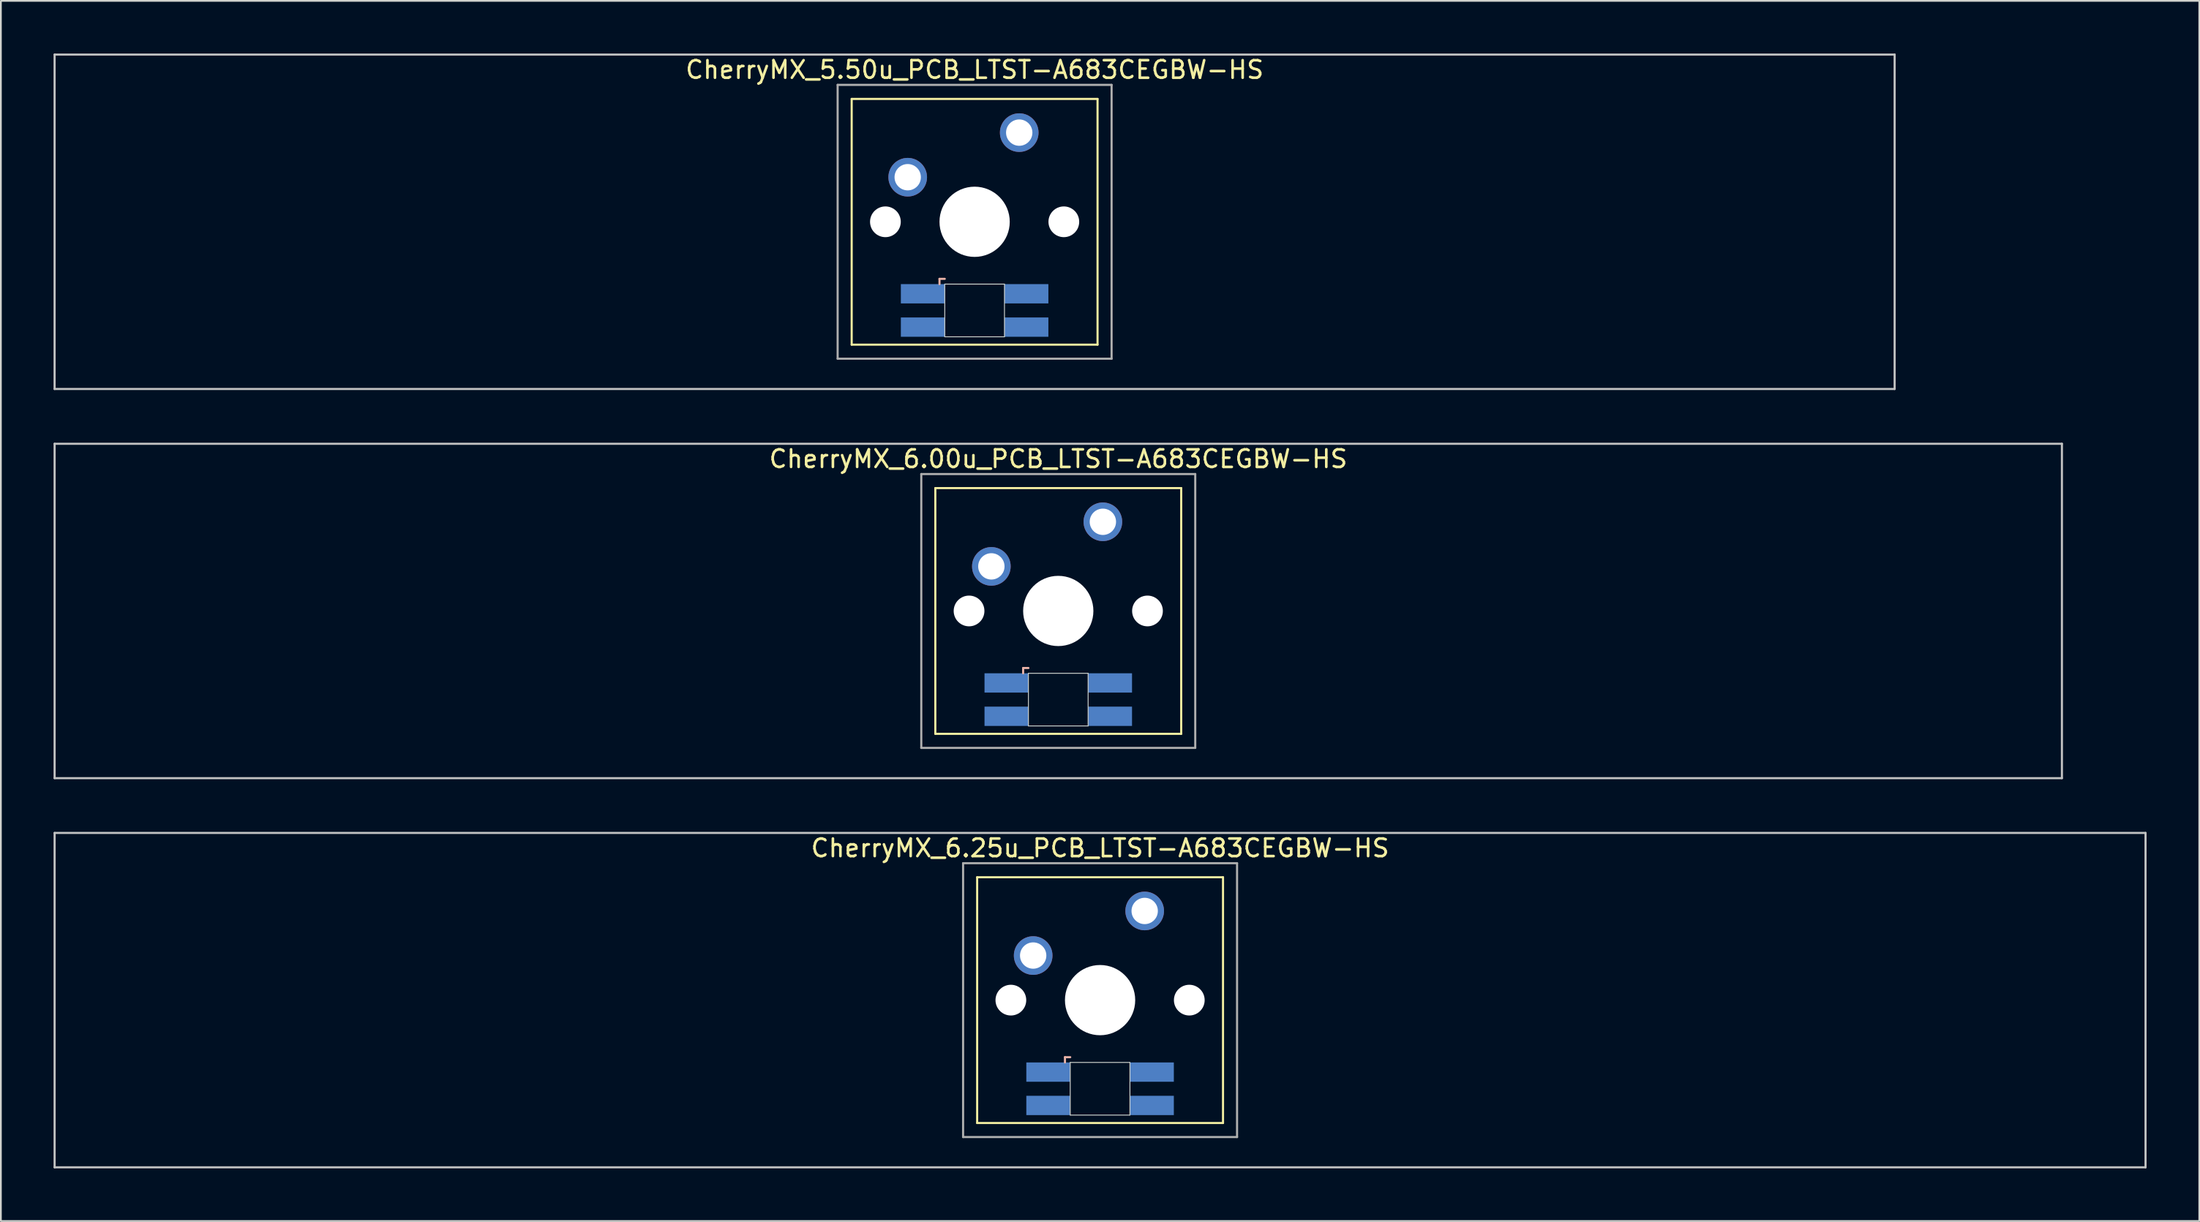
<source format=kicad_pcb>
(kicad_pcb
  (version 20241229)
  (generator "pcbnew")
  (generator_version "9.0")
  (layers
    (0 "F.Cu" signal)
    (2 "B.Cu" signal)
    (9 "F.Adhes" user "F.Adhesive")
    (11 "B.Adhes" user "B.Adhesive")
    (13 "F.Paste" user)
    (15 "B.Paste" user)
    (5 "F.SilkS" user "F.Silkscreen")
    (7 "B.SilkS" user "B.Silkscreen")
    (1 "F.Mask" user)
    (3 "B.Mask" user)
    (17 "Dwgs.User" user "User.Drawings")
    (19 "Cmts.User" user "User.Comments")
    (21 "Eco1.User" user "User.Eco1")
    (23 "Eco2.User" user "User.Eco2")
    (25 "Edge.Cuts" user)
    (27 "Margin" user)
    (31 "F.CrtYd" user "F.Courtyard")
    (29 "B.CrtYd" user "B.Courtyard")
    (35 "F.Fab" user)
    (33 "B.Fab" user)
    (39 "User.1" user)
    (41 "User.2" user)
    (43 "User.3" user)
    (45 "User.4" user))
  (footprint "CherryMX_5.50u_PCB_LTST-A683CEGBW-HS"
    (layer "F.Cu")
    (at 52.447 9.585)
    (property "Reference" "CherryMX_5.50u_PCB_LTST-A683CEGBW-HS" (at 0 -8.662 0) (layer "F.SilkS") (effects (font (size 1 1) (thickness 0.15))))
    (attr through_hole)
    (fp_line (start -7 -7) (end -7 7) (stroke (width 0.12) (type solid)) (layer "F.SilkS"))
    (fp_line (start -7 -7) (end 7 -7) (stroke (width 0.12) (type solid)) (layer "F.SilkS"))
    (fp_line (start 7 -7) (end 7 7) (stroke (width 0.12) (type solid)) (layer "F.SilkS"))
    (fp_line (start 7 7) (end -7 7) (stroke (width 0.12) (type solid)) (layer "F.SilkS"))
    (fp_line (start -2 3.25) (end -2 3.55) (stroke (width 0.12) (type solid)) (layer "B.SilkS"))
    (fp_line (start -1.7 3.25) (end -2 3.25) (stroke (width 0.12) (type solid)) (layer "B.SilkS"))
    (fp_line (start -52.388 -9.525) (end 52.388 -9.525) (stroke (width 0.12) (type solid)) (layer "Dwgs.User"))
    (fp_line (start -52.388 9.525) (end -52.388 -9.525) (stroke (width 0.12) (type solid)) (layer "Dwgs.User"))
    (fp_line (start 52.388 -9.525) (end 52.388 9.525) (stroke (width 0.12) (type solid)) (layer "Dwgs.User"))
    (fp_line (start 52.388 9.525) (end -52.388 9.525) (stroke (width 0.12) (type solid)) (layer "Dwgs.User"))
    (fp_line (start -1.7 3.55) (end 1.7 3.55) (stroke (width 0.05) (type solid)) (layer "Edge.Cuts"))
    (fp_line (start -1.7 6.55) (end -1.7 3.55) (stroke (width 0.05) (type solid)) (layer "Edge.Cuts"))
    (fp_line (start 1.7 3.55) (end 1.7 6.55) (stroke (width 0.05) (type solid)) (layer "Edge.Cuts"))
    (fp_line (start 1.7 6.55) (end -1.7 6.55) (stroke (width 0.05) (type solid)) (layer "Edge.Cuts"))
    (fp_line (start -7.8 -7.8) (end -7.8 7.8) (stroke (width 0.12) (type solid)) (layer "F.Fab"))
    (fp_line (start -7.8 -7.8) (end 7.8 -7.8) (stroke (width 0.12) (type solid)) (layer "F.Fab"))
    (fp_line (start -7.8 7.8) (end 7.8 7.8) (stroke (width 0.12) (type solid)) (layer "F.Fab"))
    (fp_line (start 7.8 -7.8) (end 7.8 7.8) (stroke (width 0.12) (type solid)) (layer "F.Fab"))
    (pad "" np_thru_hole circle (at -5.08 0) (size 1.75 1.75) (drill 1.75) (layers "*.Cu" "*.Mask"))
    (pad "" np_thru_hole circle (at 0 0) (size 4 4) (drill 4) (layers "*.Cu" "*.Mask"))
    (pad "" np_thru_hole circle (at 5.08 0) (size 1.75 1.75) (drill 1.75) (layers "*.Cu" "*.Mask"))
    (pad "1" thru_hole circle (at -3.81 -2.54) (size 2.2 2.2) (drill 1.5) (layers "*.Cu" "*.Mask"))
    (pad "2" thru_hole circle (at 2.54 -5.08) (size 2.2 2.2) (drill 1.5) (layers "*.Cu" "*.Mask"))
    (pad "3" smd rect (at -2.95 4.1) (size 2.5 1.1) (layers "B.Cu" "B.Mask" "B.Paste"))
    (pad "4" smd rect (at -2.95 6) (size 2.5 1.1) (layers "B.Cu" "B.Mask" "B.Paste"))
    (pad "5" smd rect (at 2.95 4.1) (size 2.5 1.1) (layers "B.Cu" "B.Mask" "B.Paste"))
    (pad "6" smd rect (at 2.95 6) (size 2.5 1.1) (layers "B.Cu" "B.Mask" "B.Paste")))
  (footprint "CherryMX_6.00u_PCB_LTST-A683CEGBW-HS"
    (layer "F.Cu")
    (at 57.21 31.755)
    (property "Reference" "CherryMX_6.00u_PCB_LTST-A683CEGBW-HS" (at 0 -8.662 0) (layer "F.SilkS") (effects (font (size 1 1) (thickness 0.15))))
    (attr through_hole)
    (fp_line (start -7 -7) (end -7 7) (stroke (width 0.12) (type solid)) (layer "F.SilkS"))
    (fp_line (start -7 -7) (end 7 -7) (stroke (width 0.12) (type solid)) (layer "F.SilkS"))
    (fp_line (start 7 -7) (end 7 7) (stroke (width 0.12) (type solid)) (layer "F.SilkS"))
    (fp_line (start 7 7) (end -7 7) (stroke (width 0.12) (type solid)) (layer "F.SilkS"))
    (fp_line (start -2 3.25) (end -2 3.55) (stroke (width 0.12) (type solid)) (layer "B.SilkS"))
    (fp_line (start -1.7 3.25) (end -2 3.25) (stroke (width 0.12) (type solid)) (layer "B.SilkS"))
    (fp_line (start -57.15 -9.525) (end 57.15 -9.525) (stroke (width 0.12) (type solid)) (layer "Dwgs.User"))
    (fp_line (start -57.15 9.525) (end -57.15 -9.525) (stroke (width 0.12) (type solid)) (layer "Dwgs.User"))
    (fp_line (start 57.15 -9.525) (end 57.15 9.525) (stroke (width 0.12) (type solid)) (layer "Dwgs.User"))
    (fp_line (start 57.15 9.525) (end -57.15 9.525) (stroke (width 0.12) (type solid)) (layer "Dwgs.User"))
    (fp_line (start -1.7 3.55) (end 1.7 3.55) (stroke (width 0.05) (type solid)) (layer "Edge.Cuts"))
    (fp_line (start -1.7 6.55) (end -1.7 3.55) (stroke (width 0.05) (type solid)) (layer "Edge.Cuts"))
    (fp_line (start 1.7 3.55) (end 1.7 6.55) (stroke (width 0.05) (type solid)) (layer "Edge.Cuts"))
    (fp_line (start 1.7 6.55) (end -1.7 6.55) (stroke (width 0.05) (type solid)) (layer "Edge.Cuts"))
    (fp_line (start -7.8 -7.8) (end -7.8 7.8) (stroke (width 0.12) (type solid)) (layer "F.Fab"))
    (fp_line (start -7.8 -7.8) (end 7.8 -7.8) (stroke (width 0.12) (type solid)) (layer "F.Fab"))
    (fp_line (start -7.8 7.8) (end 7.8 7.8) (stroke (width 0.12) (type solid)) (layer "F.Fab"))
    (fp_line (start 7.8 -7.8) (end 7.8 7.8) (stroke (width 0.12) (type solid)) (layer "F.Fab"))
    (pad "" np_thru_hole circle (at -5.08 0) (size 1.75 1.75) (drill 1.75) (layers "*.Cu" "*.Mask"))
    (pad "" np_thru_hole circle (at 0 0) (size 4 4) (drill 4) (layers "*.Cu" "*.Mask"))
    (pad "" np_thru_hole circle (at 5.08 0) (size 1.75 1.75) (drill 1.75) (layers "*.Cu" "*.Mask"))
    (pad "1" thru_hole circle (at -3.81 -2.54) (size 2.2 2.2) (drill 1.5) (layers "*.Cu" "*.Mask"))
    (pad "2" thru_hole circle (at 2.54 -5.08) (size 2.2 2.2) (drill 1.5) (layers "*.Cu" "*.Mask"))
    (pad "3" smd rect (at -2.95 4.1) (size 2.5 1.1) (layers "B.Cu" "B.Mask" "B.Paste"))
    (pad "4" smd rect (at -2.95 6) (size 2.5 1.1) (layers "B.Cu" "B.Mask" "B.Paste"))
    (pad "5" smd rect (at 2.95 4.1) (size 2.5 1.1) (layers "B.Cu" "B.Mask" "B.Paste"))
    (pad "6" smd rect (at 2.95 6) (size 2.5 1.1) (layers "B.Cu" "B.Mask" "B.Paste")))
  (footprint "CherryMX_6.25u_PCB_LTST-A683CEGBW-HS"
    (layer "F.Cu")
    (at 59.591 53.925)
    (property "Reference" "CherryMX_6.25u_PCB_LTST-A683CEGBW-HS" (at 0 -8.662 0) (layer "F.SilkS") (effects (font (size 1 1) (thickness 0.15))))
    (attr through_hole)
    (fp_line (start -7 -7) (end -7 7) (stroke (width 0.12) (type solid)) (layer "F.SilkS"))
    (fp_line (start -7 -7) (end 7 -7) (stroke (width 0.12) (type solid)) (layer "F.SilkS"))
    (fp_line (start 7 -7) (end 7 7) (stroke (width 0.12) (type solid)) (layer "F.SilkS"))
    (fp_line (start 7 7) (end -7 7) (stroke (width 0.12) (type solid)) (layer "F.SilkS"))
    (fp_line (start -2 3.25) (end -2 3.55) (stroke (width 0.12) (type solid)) (layer "B.SilkS"))
    (fp_line (start -1.7 3.25) (end -2 3.25) (stroke (width 0.12) (type solid)) (layer "B.SilkS"))
    (fp_line (start -59.531 -9.525) (end 59.531 -9.525) (stroke (width 0.12) (type solid)) (layer "Dwgs.User"))
    (fp_line (start -59.531 9.525) (end -59.531 -9.525) (stroke (width 0.12) (type solid)) (layer "Dwgs.User"))
    (fp_line (start 59.531 -9.525) (end 59.531 9.525) (stroke (width 0.12) (type solid)) (layer "Dwgs.User"))
    (fp_line (start 59.531 9.525) (end -59.531 9.525) (stroke (width 0.12) (type solid)) (layer "Dwgs.User"))
    (fp_line (start -1.7 3.55) (end 1.7 3.55) (stroke (width 0.05) (type solid)) (layer "Edge.Cuts"))
    (fp_line (start -1.7 6.55) (end -1.7 3.55) (stroke (width 0.05) (type solid)) (layer "Edge.Cuts"))
    (fp_line (start 1.7 3.55) (end 1.7 6.55) (stroke (width 0.05) (type solid)) (layer "Edge.Cuts"))
    (fp_line (start 1.7 6.55) (end -1.7 6.55) (stroke (width 0.05) (type solid)) (layer "Edge.Cuts"))
    (fp_line (start -7.8 -7.8) (end -7.8 7.8) (stroke (width 0.12) (type solid)) (layer "F.Fab"))
    (fp_line (start -7.8 -7.8) (end 7.8 -7.8) (stroke (width 0.12) (type solid)) (layer "F.Fab"))
    (fp_line (start -7.8 7.8) (end 7.8 7.8) (stroke (width 0.12) (type solid)) (layer "F.Fab"))
    (fp_line (start 7.8 -7.8) (end 7.8 7.8) (stroke (width 0.12) (type solid)) (layer "F.Fab"))
    (pad "" np_thru_hole circle (at -5.08 0) (size 1.75 1.75) (drill 1.75) (layers "*.Cu" "*.Mask"))
    (pad "" np_thru_hole circle (at 0 0) (size 4 4) (drill 4) (layers "*.Cu" "*.Mask"))
    (pad "" np_thru_hole circle (at 5.08 0) (size 1.75 1.75) (drill 1.75) (layers "*.Cu" "*.Mask"))
    (pad "1" thru_hole circle (at -3.81 -2.54) (size 2.2 2.2) (drill 1.5) (layers "*.Cu" "*.Mask"))
    (pad "2" thru_hole circle (at 2.54 -5.08) (size 2.2 2.2) (drill 1.5) (layers "*.Cu" "*.Mask"))
    (pad "3" smd rect (at -2.95 4.1) (size 2.5 1.1) (layers "B.Cu" "B.Mask" "B.Paste"))
    (pad "4" smd rect (at -2.95 6) (size 2.5 1.1) (layers "B.Cu" "B.Mask" "B.Paste"))
    (pad "5" smd rect (at 2.95 4.1) (size 2.5 1.1) (layers "B.Cu" "B.Mask" "B.Paste"))
    (pad "6" smd rect (at 2.95 6) (size 2.5 1.1) (layers "B.Cu" "B.Mask" "B.Paste")))
  (gr_rect
    (start -3 -3)
    (end 122.183 66.51)
    (stroke (width 0.1) (type default))
    (fill no)
    (layer "Edge.Cuts")))
</source>
